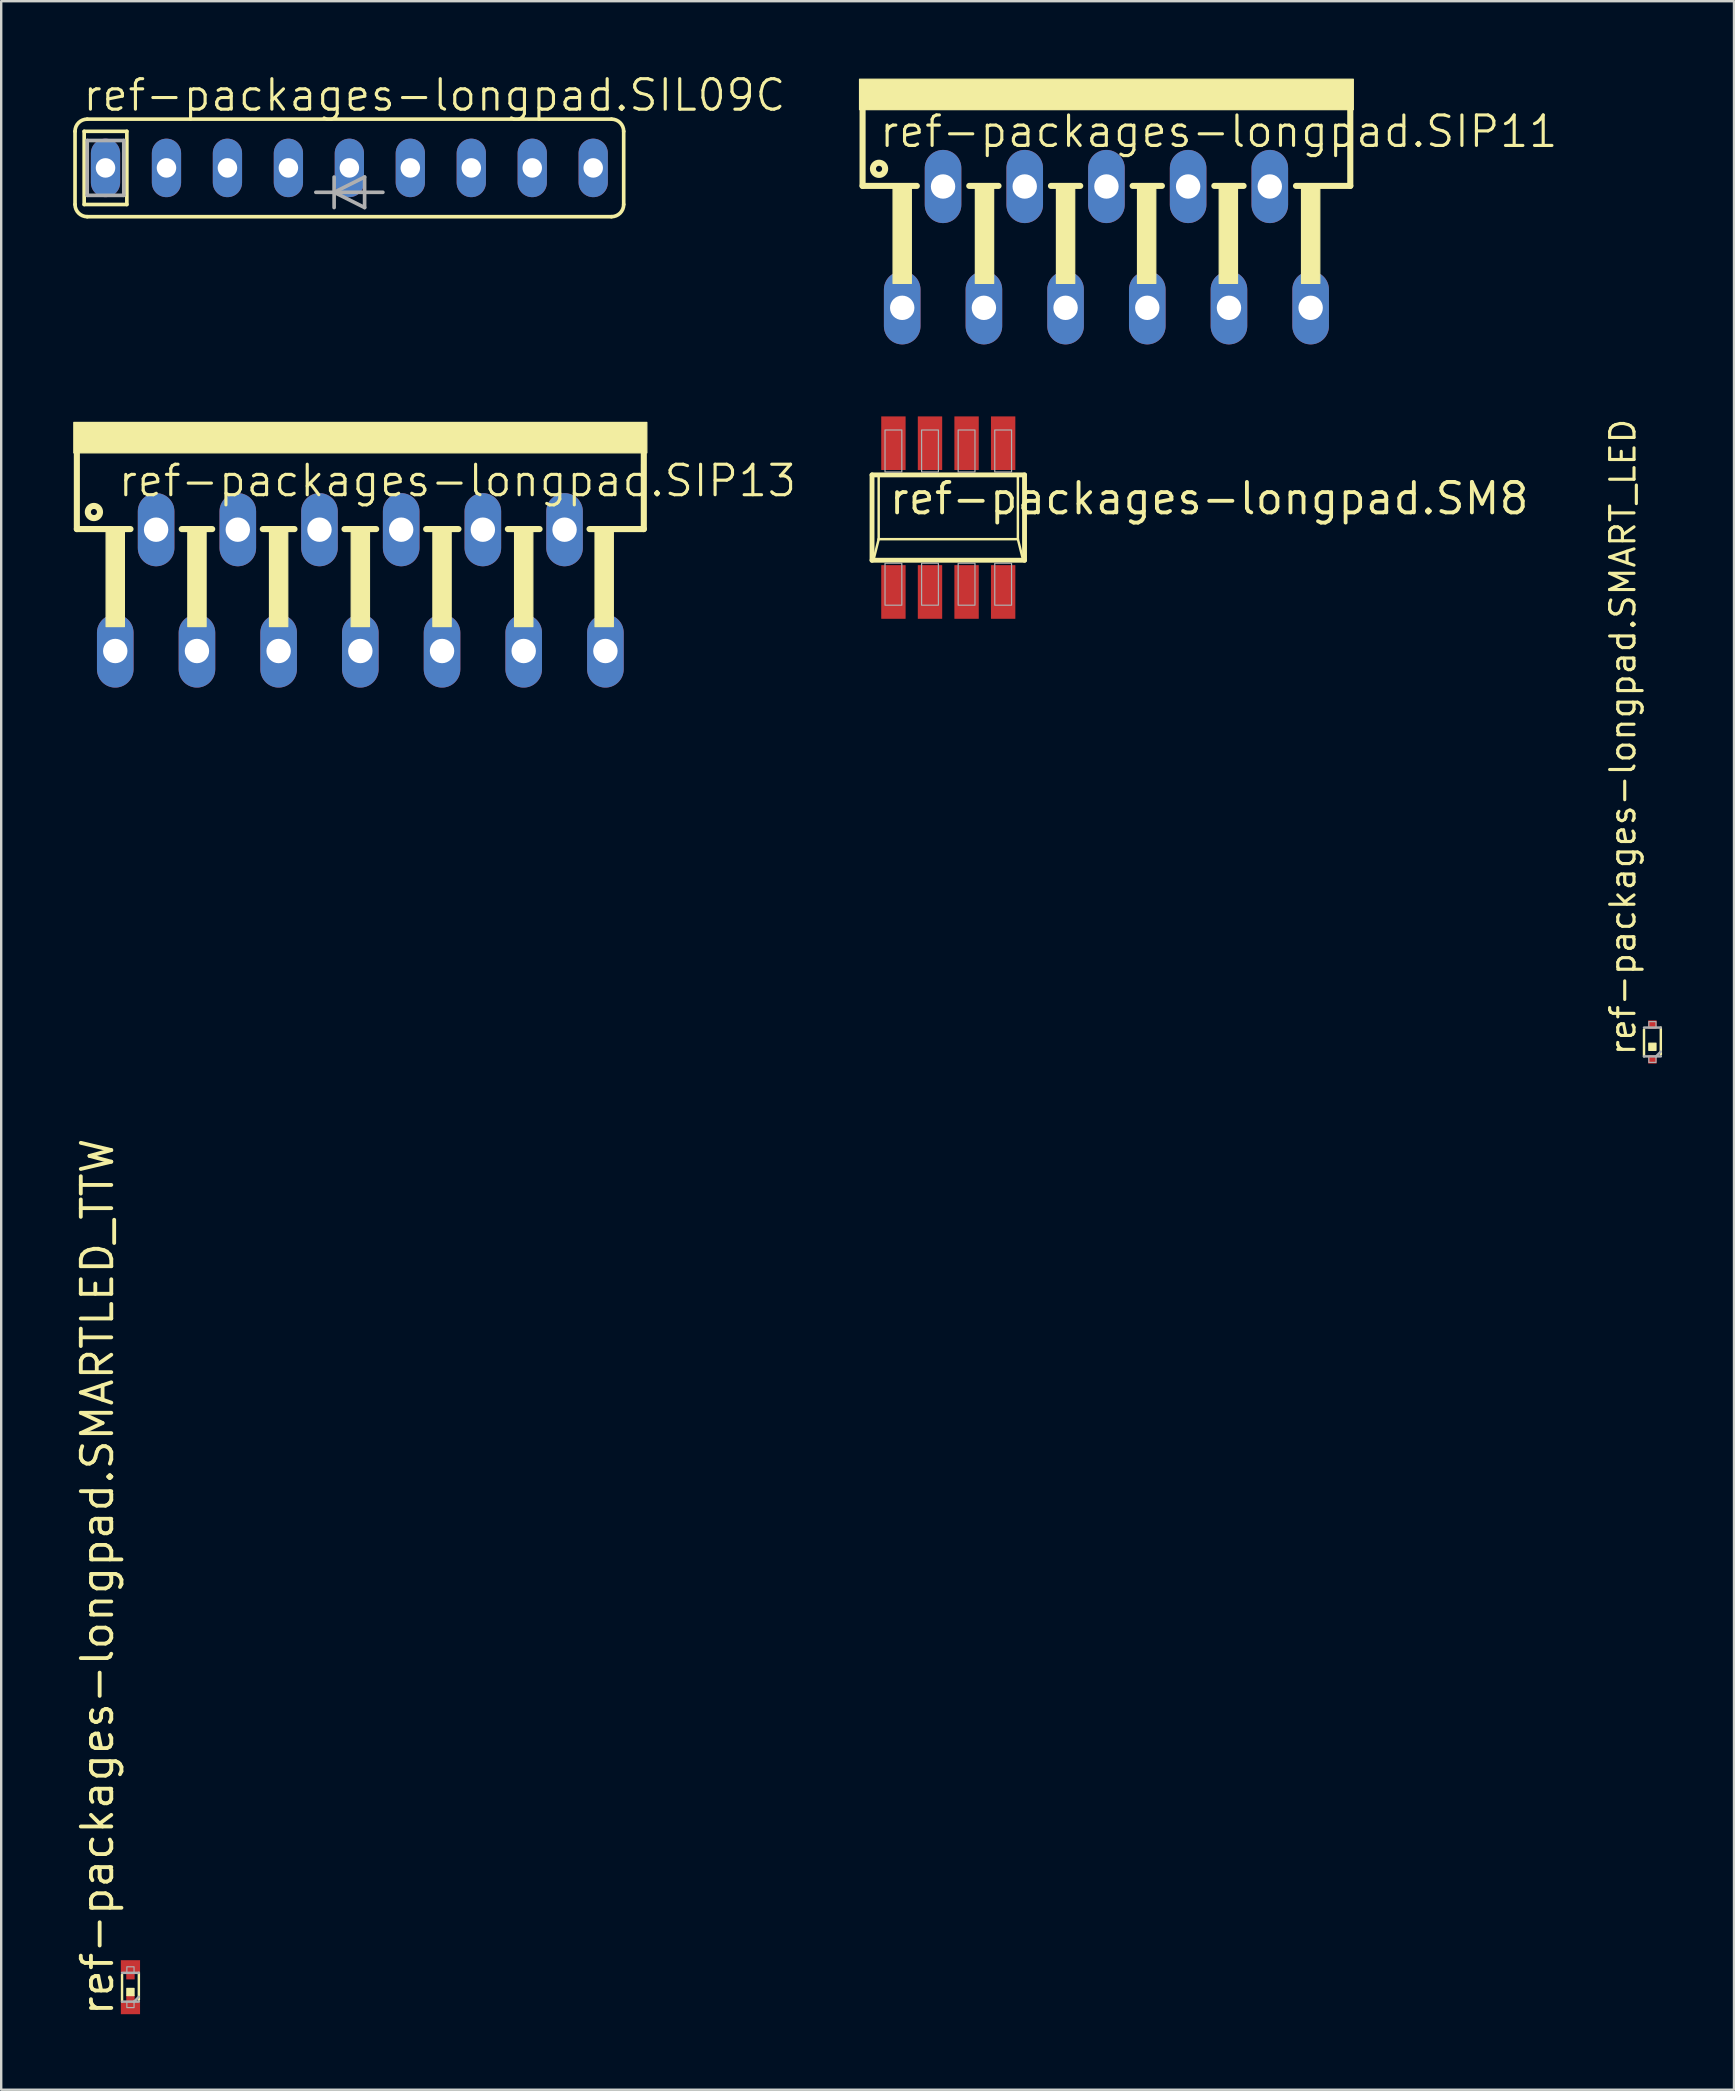
<source format=kicad_pcb>
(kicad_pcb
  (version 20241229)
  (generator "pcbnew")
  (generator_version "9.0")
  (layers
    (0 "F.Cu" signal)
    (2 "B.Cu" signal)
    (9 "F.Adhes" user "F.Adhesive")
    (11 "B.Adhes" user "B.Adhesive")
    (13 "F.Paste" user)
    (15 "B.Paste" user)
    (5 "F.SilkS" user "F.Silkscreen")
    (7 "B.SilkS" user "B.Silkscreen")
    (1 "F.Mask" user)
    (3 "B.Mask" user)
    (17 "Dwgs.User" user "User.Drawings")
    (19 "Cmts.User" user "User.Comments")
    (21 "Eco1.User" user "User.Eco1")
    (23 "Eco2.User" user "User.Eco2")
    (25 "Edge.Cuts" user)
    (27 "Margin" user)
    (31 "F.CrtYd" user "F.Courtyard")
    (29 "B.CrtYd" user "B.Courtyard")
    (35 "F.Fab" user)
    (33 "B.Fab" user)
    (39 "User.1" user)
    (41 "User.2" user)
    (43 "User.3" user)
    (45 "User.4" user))
  (footprint "ref-packages-longpad.SMART_LED"
    (layer "F.Cu")
    (at 65.797 40.364)
    (property "Reference" "ref-packages-longpad.SMART_LED" (at -0.635 0.635 90) (layer "F.SilkS") (effects (font (size 1.016 1.016) (thickness 0.13)) (justify left bottom)))
    (attr smd)
    (fp_line (start -0.35 0.6) (end -0.35 -0.6) (stroke (width 0.102) (type dash)) (layer "F.SilkS"))
    (fp_line (start 0.35 -0.6) (end 0.35 0.6) (stroke (width 0.102) (type dash)) (layer "F.SilkS"))
    (fp_rect (start -0.15 0.35) (end 0.15 0.05) (stroke (width 0.05) (type default)) (fill yes) (layer "F.SilkS"))
    (fp_line (start -0.35 -0.6) (end 0.35 -0.6) (stroke (width 0.102) (type dash)) (layer "F.Fab"))
    (fp_line (start 0.15 0.6) (end -0.35 0.6) (stroke (width 0.102) (type dash)) (layer "F.Fab"))
    (fp_line (start 0.35 0.4) (end 0.15 0.6) (stroke (width 0.102) (type dash)) (layer "F.Fab"))
    (fp_line (start 0.35 0.6) (end 0.15 0.6) (stroke (width 0.102) (type dash)) (layer "F.Fab"))
    (fp_rect (start -0.15 -0.6) (end 0.15 -0.85) (stroke (width 0.05) (type default)) (fill no) (layer "F.Fab"))
    (fp_rect (start -0.15 0.85) (end 0.15 0.6) (stroke (width 0.05) (type default)) (fill no) (layer "F.Fab"))
    (pad "A" smd roundrect (at 0 -0.725) (size 0.35 0.35) (layers "F.Cu" "F.Mask" "F.Paste") (roundrect_rratio 0.01))
    (pad "B" smd roundrect (at 0 0.725) (size 0.35 0.35) (layers "F.Cu" "F.Mask" "F.Paste") (roundrect_rratio 0.01)))
  (footprint "ref-packages-longpad.SIL09C"
    (layer "F.Cu")
    (at 11.506 3.946)
    (property "Reference" "ref-packages-longpad.SIL09C" (at -11.176 -2.286 0) (layer "F.SilkS") (effects (font (size 1.27 1.27) (thickness 0.13)) (justify left bottom)))
    (attr through_hole)
    (fp_line (start -11.43 1.524) (end -11.43 -1.524) (stroke (width 0.152) (type default)) (layer "F.SilkS"))
    (fp_line (start -11.049 -1.524) (end -9.271 -1.524) (stroke (width 0.152) (type default)) (layer "F.SilkS"))
    (fp_line (start -11.049 1.524) (end -11.049 -1.524) (stroke (width 0.152) (type default)) (layer "F.SilkS"))
    (fp_line (start -10.922 2.032) (end 10.922 2.032) (stroke (width 0.152) (type default)) (layer "F.SilkS"))
    (fp_line (start -9.271 -1.524) (end -9.271 1.524) (stroke (width 0.152) (type default)) (layer "F.SilkS"))
    (fp_line (start -9.271 1.524) (end -11.049 1.524) (stroke (width 0.152) (type default)) (layer "F.SilkS"))
    (fp_line (start 10.922 -2.032) (end -10.922 -2.032) (stroke (width 0.152) (type default)) (layer "F.SilkS"))
    (fp_line (start 11.43 -1.524) (end 11.43 1.524) (stroke (width 0.152) (type default)) (layer "F.SilkS"))
    (fp_arc (start -11.43 -1.524) (mid -11.28121 -1.88321) (end -10.922 -2.032) (stroke (width 0.1524) (type default)) (layer "F.SilkS"))
    (fp_arc (start -10.922 2.032) (mid -11.28121 1.88321) (end -11.43 1.524) (stroke (width 0.1524) (type default)) (layer "F.SilkS"))
    (fp_arc (start 10.922 -2.032) (mid 11.28121 -1.88321) (end 11.43 -1.524) (stroke (width 0.1524) (type default)) (layer "F.SilkS"))
    (fp_arc (start 11.43 1.524) (mid 11.28121 1.88321) (end 10.922 2.032) (stroke (width 0.1524) (type default)) (layer "F.SilkS"))
    (fp_line (start -10.922 -1.143) (end -9.398 -1.143) (stroke (width 0.152) (type default)) (layer "F.Fab"))
    (fp_line (start -10.922 1.143) (end -10.922 -1.143) (stroke (width 0.152) (type default)) (layer "F.Fab"))
    (fp_line (start -9.398 -1.143) (end -9.398 1.143) (stroke (width 0.152) (type default)) (layer "F.Fab"))
    (fp_line (start -9.398 1.143) (end -10.922 1.143) (stroke (width 0.152) (type default)) (layer "F.Fab"))
    (fp_line (start -1.397 1.016) (end -0.635 1.016) (stroke (width 0.152) (type default)) (layer "F.Fab"))
    (fp_line (start -0.635 1.016) (end -0.635 0.381) (stroke (width 0.152) (type default)) (layer "F.Fab"))
    (fp_line (start -0.635 1.016) (end 0.635 0.381) (stroke (width 0.152) (type default)) (layer "F.Fab"))
    (fp_line (start -0.635 1.651) (end -0.635 1.016) (stroke (width 0.152) (type default)) (layer "F.Fab"))
    (fp_line (start 0.635 0.381) (end 0.635 1.016) (stroke (width 0.152) (type default)) (layer "F.Fab"))
    (fp_line (start 0.635 1.016) (end -0.635 1.016) (stroke (width 0.152) (type default)) (layer "F.Fab"))
    (fp_line (start 0.635 1.016) (end 0.635 1.651) (stroke (width 0.152) (type default)) (layer "F.Fab"))
    (fp_line (start 0.635 1.651) (end -0.635 1.016) (stroke (width 0.152) (type default)) (layer "F.Fab"))
    (fp_line (start 1.397 1.016) (end 0.635 1.016) (stroke (width 0.152) (type default)) (layer "F.Fab"))
    (pad "1" thru_hole oval (at -10.16 0 90) (size 2.438 1.219) (drill 0.813) (layers "*.Cu" "*.Mask"))
    (pad "2" thru_hole oval (at -7.62 0 90) (size 2.438 1.219) (drill 0.813) (layers "*.Cu" "*.Mask"))
    (pad "3" thru_hole oval (at -5.08 0 90) (size 2.438 1.219) (drill 0.813) (layers "*.Cu" "*.Mask"))
    (pad "4" thru_hole oval (at -2.54 0 90) (size 2.438 1.219) (drill 0.813) (layers "*.Cu" "*.Mask"))
    (pad "5" thru_hole oval (at 0 0 90) (size 2.438 1.219) (drill 0.813) (layers "*.Cu" "*.Mask"))
    (pad "6" thru_hole oval (at 2.54 0 90) (size 2.438 1.219) (drill 0.813) (layers "*.Cu" "*.Mask"))
    (pad "7" thru_hole oval (at 5.08 0 90) (size 2.438 1.219) (drill 0.813) (layers "*.Cu" "*.Mask"))
    (pad "8" thru_hole oval (at 7.62 0 90) (size 2.438 1.219) (drill 0.813) (layers "*.Cu" "*.Mask"))
    (pad "9" thru_hole oval (at 10.16 0 90) (size 2.438 1.219) (drill 0.813) (layers "*.Cu" "*.Mask")))
  (footprint "ref-packages-longpad.SIP11"
    (layer "F.Cu")
    (at 43.049 0.25)
    (property "Reference" "ref-packages-longpad.SIP11" (at -9.525 2.921 0) (layer "F.SilkS") (effects (font (size 1.27 1.27) (thickness 0.13)) (justify left bottom)))
    (attr through_hole)
    (fp_line (start -10.16 1.27) (end -10.16 4.445) (stroke (width 0.254) (type default)) (layer "F.SilkS"))
    (fp_line (start -7.899 4.445) (end -10.16 4.445) (stroke (width 0.254) (type default)) (layer "F.SilkS"))
    (fp_line (start -5.715 4.445) (end -4.496 4.445) (stroke (width 0.254) (type default)) (layer "F.SilkS"))
    (fp_line (start -2.311 4.445) (end -1.092 4.445) (stroke (width 0.254) (type default)) (layer "F.SilkS"))
    (fp_line (start 1.092 4.445) (end 2.311 4.445) (stroke (width 0.254) (type default)) (layer "F.SilkS"))
    (fp_line (start 4.496 4.445) (end 5.715 4.445) (stroke (width 0.254) (type default)) (layer "F.SilkS"))
    (fp_line (start 7.899 4.445) (end 10.16 4.445) (stroke (width 0.254) (type default)) (layer "F.SilkS"))
    (fp_line (start 10.16 1.27) (end 10.16 4.445) (stroke (width 0.254) (type default)) (layer "F.SilkS"))
    (fp_rect (start -10.287 1.27) (end 10.287 0) (stroke (width 0.05) (type default)) (fill yes) (layer "F.SilkS"))
    (fp_rect (start -8.89 8.509) (end -8.128 4.445) (stroke (width 0.05) (type default)) (fill yes) (layer "F.SilkS"))
    (fp_rect (start -5.461 8.509) (end -4.699 4.445) (stroke (width 0.05) (type default)) (fill yes) (layer "F.SilkS"))
    (fp_rect (start -2.083 8.509) (end -1.321 4.445) (stroke (width 0.05) (type default)) (fill yes) (layer "F.SilkS"))
    (fp_rect (start 1.295 8.509) (end 2.057 4.445) (stroke (width 0.05) (type default)) (fill yes) (layer "F.SilkS"))
    (fp_rect (start 4.699 8.509) (end 5.461 4.445) (stroke (width 0.05) (type default)) (fill yes) (layer "F.SilkS"))
    (fp_rect (start 8.128 8.509) (end 8.89 4.445) (stroke (width 0.05) (type default)) (fill yes) (layer "F.SilkS"))
    (fp_circle (center -9.474 3.734) (end -9.22 3.734) (stroke (width 0.254) (type default)) (fill no) (layer "F.SilkS"))
    (pad "1" thru_hole oval (at -8.509 9.525 90) (size 3.048 1.524) (drill 1.016) (layers "*.Cu" "*.Mask"))
    (pad "2" thru_hole oval (at -6.807 4.47 90) (size 3.048 1.524) (drill 1.016) (layers "*.Cu" "*.Mask"))
    (pad "3" thru_hole oval (at -5.105 9.525 90) (size 3.048 1.524) (drill 1.016) (layers "*.Cu" "*.Mask"))
    (pad "4" thru_hole oval (at -3.404 4.47 90) (size 3.048 1.524) (drill 1.016) (layers "*.Cu" "*.Mask"))
    (pad "5" thru_hole oval (at -1.702 9.525 90) (size 3.048 1.524) (drill 1.016) (layers "*.Cu" "*.Mask"))
    (pad "6" thru_hole oval (at 0 4.47 90) (size 3.048 1.524) (drill 1.016) (layers "*.Cu" "*.Mask"))
    (pad "7" thru_hole oval (at 1.702 9.525 90) (size 3.048 1.524) (drill 1.016) (layers "*.Cu" "*.Mask"))
    (pad "8" thru_hole oval (at 3.404 4.47 90) (size 3.048 1.524) (drill 1.016) (layers "*.Cu" "*.Mask"))
    (pad "9" thru_hole oval (at 5.105 9.525 90) (size 3.048 1.524) (drill 1.016) (layers "*.Cu" "*.Mask"))
    (pad "10" thru_hole oval (at 6.807 4.47 90) (size 3.048 1.524) (drill 1.016) (layers "*.Cu" "*.Mask"))
    (pad "11" thru_hole oval (at 8.509 9.525 90) (size 3.048 1.524) (drill 1.016) (layers "*.Cu" "*.Mask")))
  (footprint "ref-packages-longpad.SM8"
    (layer "F.Cu")
    (at 36.46 18.515)
    (property "Reference" "ref-packages-longpad.SM8" (at -2.54 -0.051 0) (layer "F.SilkS") (effects (font (size 1.27 1.27) (thickness 0.16)) (justify left bottom)))
    (attr smd)
    (fp_line (start -3.177 -1.778) (end 3.177 -1.778) (stroke (width 0.203) (type default)) (layer "F.SilkS"))
    (fp_line (start -3.177 1.778) (end -3.177 -1.778) (stroke (width 0.203) (type default)) (layer "F.SilkS"))
    (fp_line (start -2.9 -1.7) (end -2.9 0.9) (stroke (width 0.102) (type default)) (layer "F.SilkS"))
    (fp_line (start -2.9 0.9) (end -3.1 1.7) (stroke (width 0.102) (type default)) (layer "F.SilkS"))
    (fp_line (start -2.9 0.9) (end 2.9 0.9) (stroke (width 0.102) (type default)) (layer "F.SilkS"))
    (fp_line (start 2.9 0.9) (end 2.9 -1.7) (stroke (width 0.102) (type default)) (layer "F.SilkS"))
    (fp_line (start 2.9 0.9) (end 3.1 1.7) (stroke (width 0.102) (type default)) (layer "F.SilkS"))
    (fp_line (start 3.177 -1.778) (end 3.177 1.778) (stroke (width 0.203) (type default)) (layer "F.SilkS"))
    (fp_line (start 3.177 1.778) (end -3.177 1.778) (stroke (width 0.203) (type default)) (layer "F.SilkS"))
    (fp_rect (start -2.636 -1.9) (end -1.936 -3.65) (stroke (width 0.05) (type default)) (fill no) (layer "F.Fab"))
    (fp_rect (start -2.636 3.65) (end -1.936 1.9) (stroke (width 0.05) (type default)) (fill no) (layer "F.Fab"))
    (fp_rect (start -1.112 -1.9) (end -0.412 -3.65) (stroke (width 0.05) (type default)) (fill no) (layer "F.Fab"))
    (fp_rect (start -1.112 3.65) (end -0.412 1.9) (stroke (width 0.05) (type default)) (fill no) (layer "F.Fab"))
    (fp_rect (start 0.412 -1.9) (end 1.112 -3.65) (stroke (width 0.05) (type default)) (fill no) (layer "F.Fab"))
    (fp_rect (start 0.412 3.65) (end 1.112 1.9) (stroke (width 0.05) (type default)) (fill no) (layer "F.Fab"))
    (fp_rect (start 1.936 -1.9) (end 2.636 -3.65) (stroke (width 0.05) (type default)) (fill no) (layer "F.Fab"))
    (fp_rect (start 1.936 3.65) (end 2.636 1.9) (stroke (width 0.05) (type default)) (fill no) (layer "F.Fab"))
    (pad "1" smd roundrect (at -2.286 3.099) (size 1.016 2.235) (layers "F.Cu" "F.Mask" "F.Paste") (roundrect_rratio 0.01))
    (pad "2" smd roundrect (at -0.762 3.099) (size 1.016 2.235) (layers "F.Cu" "F.Mask" "F.Paste") (roundrect_rratio 0.01))
    (pad "3" smd roundrect (at 0.762 3.099) (size 1.016 2.235) (layers "F.Cu" "F.Mask" "F.Paste") (roundrect_rratio 0.01))
    (pad "4" smd roundrect (at 2.286 3.099) (size 1.016 2.235) (layers "F.Cu" "F.Mask" "F.Paste") (roundrect_rratio 0.01))
    (pad "5" smd roundrect (at 2.286 -3.099) (size 1.016 2.235) (layers "F.Cu" "F.Mask" "F.Paste") (roundrect_rratio 0.01))
    (pad "6" smd roundrect (at 0.762 -3.099) (size 1.016 2.235) (layers "F.Cu" "F.Mask" "F.Paste") (roundrect_rratio 0.01))
    (pad "7" smd roundrect (at -0.762 -3.099) (size 1.016 2.235) (layers "F.Cu" "F.Mask" "F.Paste") (roundrect_rratio 0.01))
    (pad "8" smd roundrect (at -2.286 -3.099) (size 1.016 2.235) (layers "F.Cu" "F.Mask" "F.Paste") (roundrect_rratio 0.01)))
  (footprint "ref-packages-longpad.SMARTLED_TTW"
    (layer "F.Cu")
    (at 2.385 79.747)
    (property "Reference" "ref-packages-longpad.SMARTLED_TTW" (at -0.635 1.27 90) (layer "F.SilkS") (effects (font (size 1.27 1.27) (thickness 0.16)) (justify left bottom)))
    (attr smd)
    (fp_rect (start -0.4 -0.625) (end 0.4 -1.125) (stroke (width 0.05) (type default)) (fill yes) (layer "F.Mask"))
    (fp_rect (start -0.4 1.125) (end 0.4 0.625) (stroke (width 0.05) (type default)) (fill yes) (layer "F.Mask"))
    (fp_rect (start -0.175 -0.325) (end 0.175 -0.7) (stroke (width 0.05) (type default)) (fill yes) (layer "F.Mask"))
    (fp_rect (start -0.175 0.675) (end 0.175 0.325) (stroke (width 0.05) (type default)) (fill yes) (layer "F.Mask"))
    (fp_line (start -0.35 0.6) (end -0.35 -0.6) (stroke (width 0.102) (type dash)) (layer "F.SilkS"))
    (fp_line (start 0.35 -0.6) (end 0.35 0.6) (stroke (width 0.102) (type dash)) (layer "F.SilkS"))
    (fp_rect (start -0.15 0.35) (end 0.15 0.05) (stroke (width 0.05) (type default)) (fill yes) (layer "F.SilkS"))
    (fp_line (start -0.35 -0.6) (end 0.35 -0.6) (stroke (width 0.102) (type dash)) (layer "F.Fab"))
    (fp_line (start 0.15 0.6) (end -0.35 0.6) (stroke (width 0.102) (type dash)) (layer "F.Fab"))
    (fp_line (start 0.35 0.4) (end 0.15 0.6) (stroke (width 0.102) (type dash)) (layer "F.Fab"))
    (fp_line (start 0.35 0.6) (end 0.15 0.6) (stroke (width 0.102) (type dash)) (layer "F.Fab"))
    (fp_rect (start -0.15 -0.6) (end 0.15 -0.85) (stroke (width 0.05) (type default)) (fill no) (layer "F.Fab"))
    (fp_rect (start -0.15 0.85) (end 0.15 0.6) (stroke (width 0.05) (type default)) (fill no) (layer "F.Fab"))
    (pad "A" smd roundrect (at 0 0.875) (size 0.8 0.5) (layers "F.Cu" "F.Mask" "F.Paste") (roundrect_rratio 0.01))
    (pad "A@1" smd roundrect (at 0 0.5) (size 0.35 0.35) (layers "F.Cu" "F.Mask" "F.Paste") (roundrect_rratio 0.01))
    (pad "C" smd roundrect (at 0 -0.875) (size 0.8 0.5) (layers "F.Cu" "F.Mask" "F.Paste") (roundrect_rratio 0.01))
    (pad "C@1" smd roundrect (at 0 -0.5) (size 0.35 0.35) (layers "F.Cu" "F.Mask" "F.Paste") (roundrect_rratio 0.01)))
  (footprint "ref-packages-longpad.SIP13"
    (layer "F.Cu")
    (at 11.963 14.549)
    (property "Reference" "ref-packages-longpad.SIP13" (at -10.16 3.175 0) (layer "F.SilkS") (effects (font (size 1.27 1.27) (thickness 0.13)) (justify left bottom)))
    (attr through_hole)
    (fp_line (start -11.811 1.27) (end -11.811 4.445) (stroke (width 0.254) (type default)) (layer "F.SilkS"))
    (fp_line (start -9.576 4.445) (end -11.811 4.445) (stroke (width 0.254) (type default)) (layer "F.SilkS"))
    (fp_line (start -7.442 4.445) (end -6.172 4.445) (stroke (width 0.254) (type default)) (layer "F.SilkS"))
    (fp_line (start -4.064 4.445) (end -2.743 4.445) (stroke (width 0.254) (type default)) (layer "F.SilkS"))
    (fp_line (start -0.66 4.445) (end 0.66 4.445) (stroke (width 0.254) (type default)) (layer "F.SilkS"))
    (fp_line (start 2.743 4.445) (end 4.089 4.445) (stroke (width 0.254) (type default)) (layer "F.SilkS"))
    (fp_line (start 6.147 4.445) (end 7.468 4.445) (stroke (width 0.254) (type default)) (layer "F.SilkS"))
    (fp_line (start 9.55 4.445) (end 11.811 4.445) (stroke (width 0.254) (type default)) (layer "F.SilkS"))
    (fp_line (start 11.811 4.445) (end 11.811 1.27) (stroke (width 0.254) (type default)) (layer "F.SilkS"))
    (fp_rect (start -11.938 1.27) (end 11.938 0) (stroke (width 0.05) (type default)) (fill yes) (layer "F.SilkS"))
    (fp_rect (start -10.592 8.509) (end -9.83 4.445) (stroke (width 0.05) (type default)) (fill yes) (layer "F.SilkS"))
    (fp_rect (start -7.188 8.509) (end -6.426 4.445) (stroke (width 0.05) (type default)) (fill yes) (layer "F.SilkS"))
    (fp_rect (start -3.785 8.509) (end -3.023 4.445) (stroke (width 0.05) (type default)) (fill yes) (layer "F.SilkS"))
    (fp_rect (start -0.381 8.509) (end 0.381 4.445) (stroke (width 0.05) (type default)) (fill yes) (layer "F.SilkS"))
    (fp_rect (start 3.023 8.509) (end 3.785 4.445) (stroke (width 0.05) (type default)) (fill yes) (layer "F.SilkS"))
    (fp_rect (start 6.426 8.509) (end 7.188 4.445) (stroke (width 0.05) (type default)) (fill yes) (layer "F.SilkS"))
    (fp_rect (start 9.779 8.509) (end 10.541 4.445) (stroke (width 0.05) (type default)) (fill yes) (layer "F.SilkS"))
    (fp_circle (center -11.1 3.734) (end -10.846 3.734) (stroke (width 0.254) (type default)) (fill no) (layer "F.SilkS"))
    (pad "1" thru_hole oval (at -10.211 9.525 90) (size 3.048 1.524) (drill 1.016) (layers "*.Cu" "*.Mask"))
    (pad "2" thru_hole oval (at -8.509 4.47 90) (size 3.048 1.524) (drill 1.016) (layers "*.Cu" "*.Mask"))
    (pad "3" thru_hole oval (at -6.807 9.525 90) (size 3.048 1.524) (drill 1.016) (layers "*.Cu" "*.Mask"))
    (pad "4" thru_hole oval (at -5.105 4.47 90) (size 3.048 1.524) (drill 1.016) (layers "*.Cu" "*.Mask"))
    (pad "5" thru_hole oval (at -3.404 9.525 90) (size 3.048 1.524) (drill 1.016) (layers "*.Cu" "*.Mask"))
    (pad "6" thru_hole oval (at -1.702 4.47 90) (size 3.048 1.524) (drill 1.016) (layers "*.Cu" "*.Mask"))
    (pad "7" thru_hole oval (at 0 9.525 90) (size 3.048 1.524) (drill 1.016) (layers "*.Cu" "*.Mask"))
    (pad "8" thru_hole oval (at 1.702 4.47 90) (size 3.048 1.524) (drill 1.016) (layers "*.Cu" "*.Mask"))
    (pad "9" thru_hole oval (at 3.404 9.525 90) (size 3.048 1.524) (drill 1.016) (layers "*.Cu" "*.Mask"))
    (pad "10" thru_hole oval (at 5.105 4.47 90) (size 3.048 1.524) (drill 1.016) (layers "*.Cu" "*.Mask"))
    (pad "11" thru_hole oval (at 6.807 9.525 90) (size 3.048 1.524) (drill 1.016) (layers "*.Cu" "*.Mask"))
    (pad "12" thru_hole oval (at 8.509 4.47 90) (size 3.048 1.524) (drill 1.016) (layers "*.Cu" "*.Mask"))
    (pad "13" thru_hole oval (at 10.211 9.525 90) (size 3.048 1.524) (drill 1.016) (layers "*.Cu" "*.Mask")))
  (gr_rect
    (start -3 -3)
    (end 69.197 84.017)
    (stroke (width 0.1) (type default))
    (fill no)
    (layer "Edge.Cuts")))
</source>
